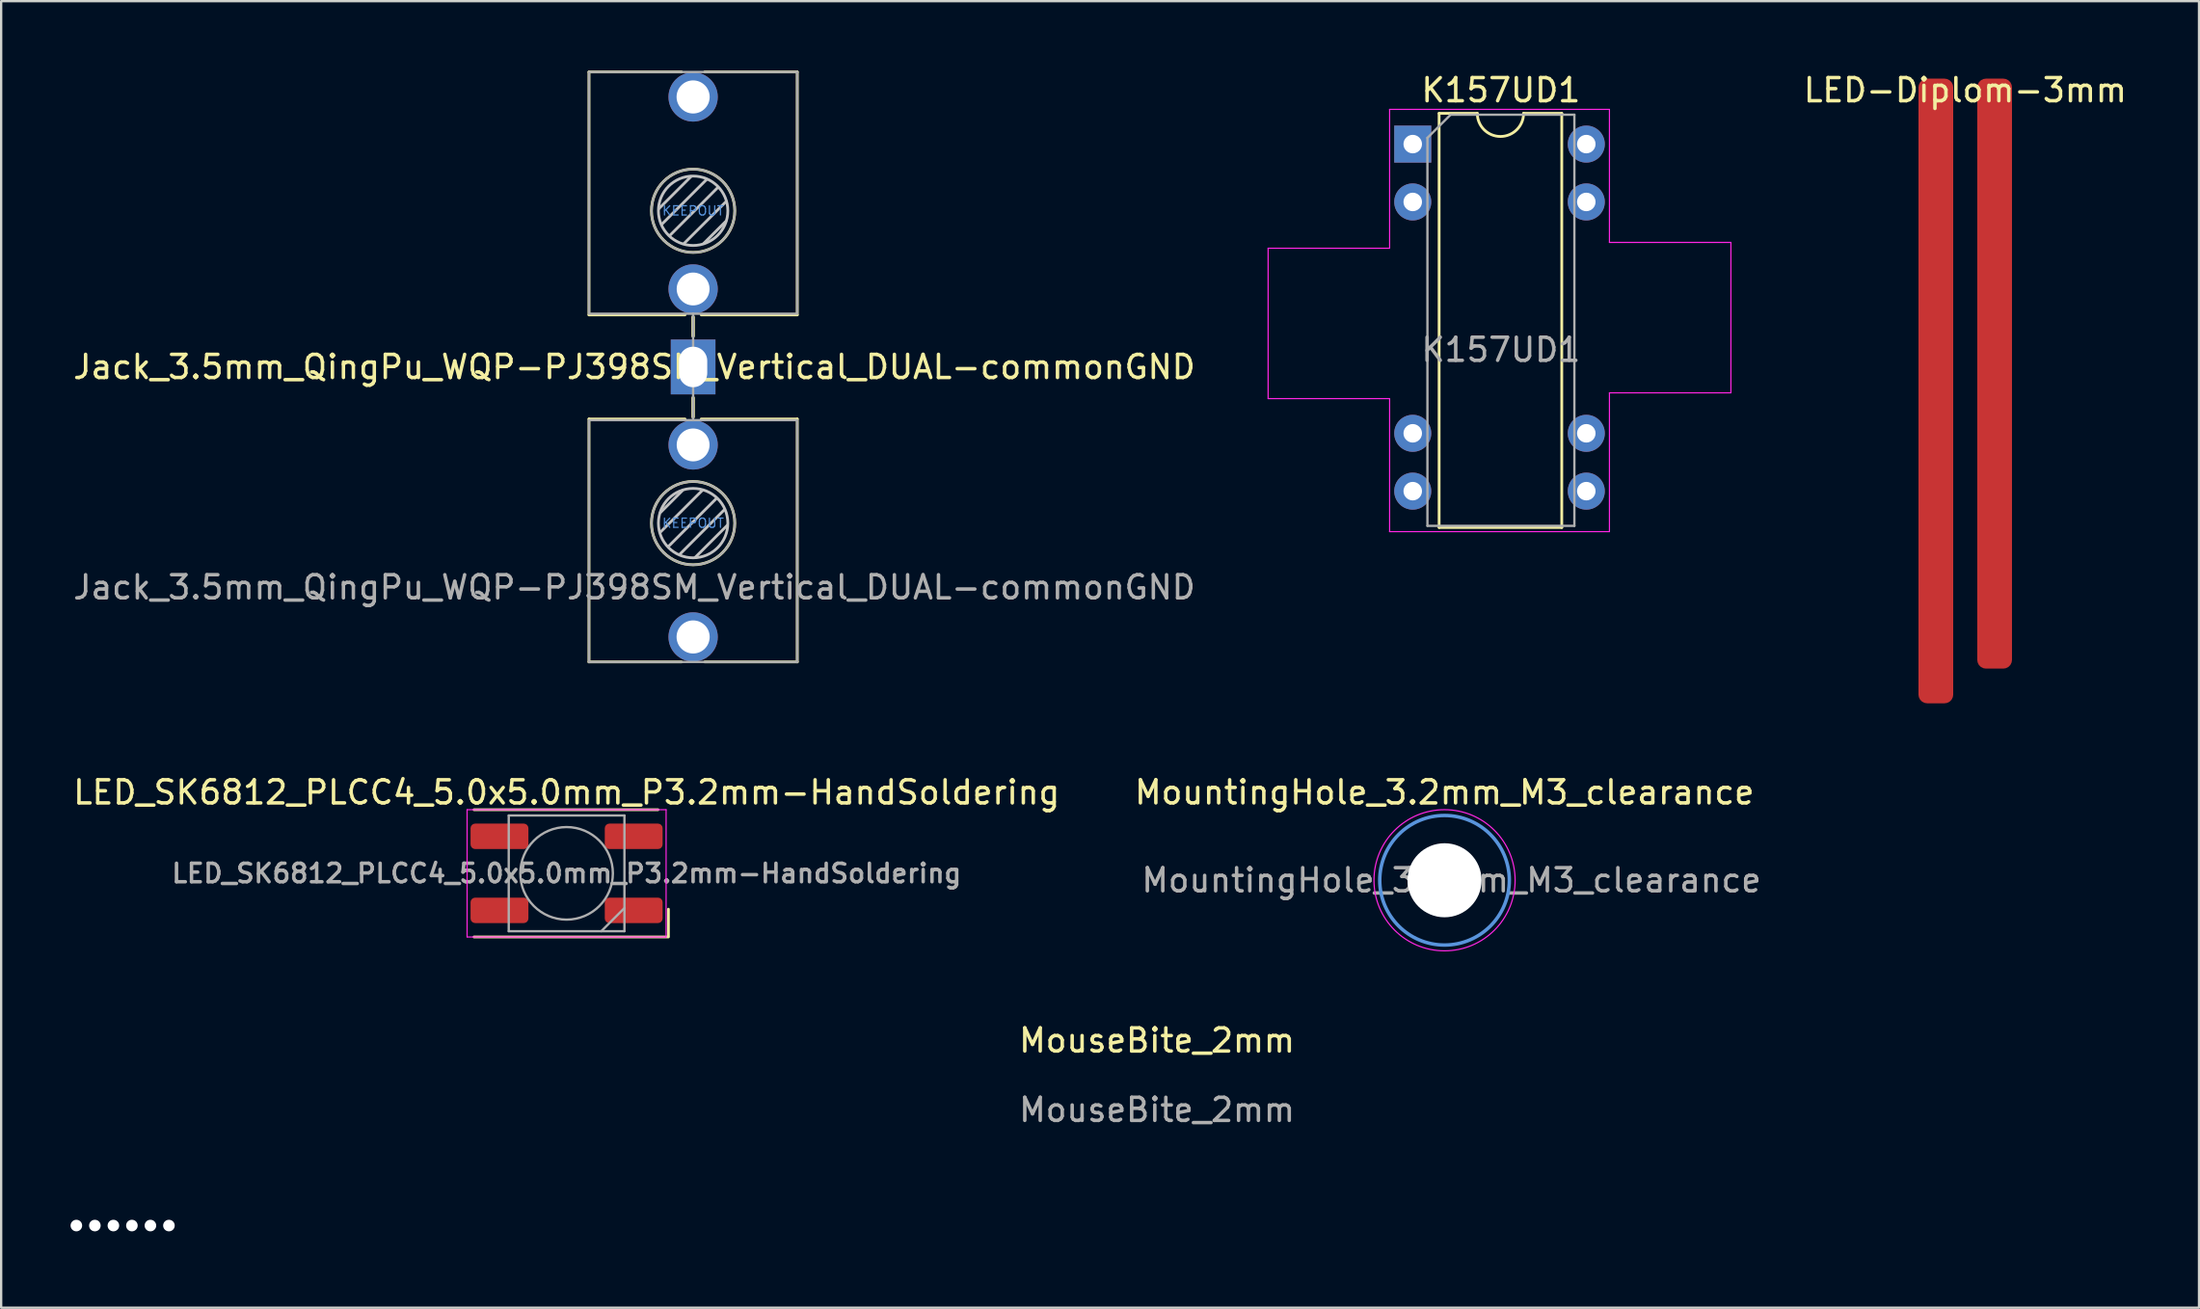
<source format=kicad_pcb>
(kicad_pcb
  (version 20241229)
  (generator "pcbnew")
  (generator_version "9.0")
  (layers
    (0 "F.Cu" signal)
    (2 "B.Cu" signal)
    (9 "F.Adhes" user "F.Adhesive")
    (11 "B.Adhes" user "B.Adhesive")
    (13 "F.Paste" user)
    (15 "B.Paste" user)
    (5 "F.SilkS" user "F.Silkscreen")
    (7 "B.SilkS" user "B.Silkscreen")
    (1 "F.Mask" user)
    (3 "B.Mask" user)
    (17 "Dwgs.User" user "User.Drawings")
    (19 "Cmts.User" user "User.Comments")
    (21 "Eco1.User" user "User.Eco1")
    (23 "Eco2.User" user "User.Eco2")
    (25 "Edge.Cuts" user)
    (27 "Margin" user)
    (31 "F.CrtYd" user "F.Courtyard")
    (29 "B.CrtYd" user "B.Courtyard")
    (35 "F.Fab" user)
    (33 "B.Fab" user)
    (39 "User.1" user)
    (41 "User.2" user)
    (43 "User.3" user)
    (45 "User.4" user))
  (footprint "Jack_3.5mm_QingPu_WQP-PJ398SM_Vertical_DUAL-commonGND"
    (layer "F.Cu")
    (at 26.903 19.56)
    (property "Reference" "Jack_3.5mm_QingPu_WQP-PJ398SM_Vertical_DUAL-commonGND" (at -2.54 -6.75 180) (layer "F.SilkS") (effects (font (size 1 1) (thickness 0.15))))
    (attr through_hole)
    (fp_line (start -4.5 -19.5) (end -0.5 -19.5) (stroke (width 0.12) (type solid)) (layer "F.SilkS"))
    (fp_line (start -4.5 -9) (end -4.5 -19.5) (stroke (width 0.12) (type solid)) (layer "F.SilkS"))
    (fp_line (start -4.5 -9) (end -0.35 -9) (stroke (width 0.12) (type solid)) (layer "F.SilkS"))
    (fp_line (start -4.5 -4.5) (end -4.5 6) (stroke (width 0.12) (type solid)) (layer "F.SilkS"))
    (fp_line (start -0.5 6) (end -4.5 6) (stroke (width 0.12) (type solid)) (layer "F.SilkS"))
    (fp_line (start -0.35 -4.5) (end -4.5 -4.5) (stroke (width 0.12) (type solid)) (layer "F.SilkS"))
    (fp_line (start 0 -8.084) (end 0 -8.909) (stroke (width 0.15) (type solid)) (layer "F.SilkS"))
    (fp_line (start 0 -4.591) (end 0 -5.417) (stroke (width 0.15) (type solid)) (layer "F.SilkS"))
    (fp_line (start 0.35 -9) (end 4.5 -9) (stroke (width 0.12) (type solid)) (layer "F.SilkS"))
    (fp_line (start 0.5 -19.5) (end 4.5 -19.5) (stroke (width 0.12) (type solid)) (layer "F.SilkS"))
    (fp_line (start 4.5 -9) (end 4.5 -19.5) (stroke (width 0.12) (type solid)) (layer "F.SilkS"))
    (fp_line (start 4.5 -4.5) (end 0.35 -4.5) (stroke (width 0.12) (type solid)) (layer "F.SilkS"))
    (fp_line (start 4.5 -4.5) (end 4.5 6) (stroke (width 0.12) (type solid)) (layer "F.SilkS"))
    (fp_line (start 4.5 6) (end 0.5 6) (stroke (width 0.12) (type solid)) (layer "F.SilkS"))
    (fp_circle (center 0 -13.5) (end -1.8 -13.5) (stroke (width 0.12) (type solid)) (fill no) (layer "F.SilkS"))
    (fp_circle (center 0 0) (end 1.8 0) (stroke (width 0.12) (type solid)) (fill no) (layer "F.SilkS"))
    (fp_line (start -1.42 0.395) (end 0.4 -1.42) (stroke (width 0.12) (type solid)) (layer "Dwgs.User"))
    (fp_line (start -1.41 -0.46) (end -0.46 -1.41) (stroke (width 0.12) (type solid)) (layer "Dwgs.User"))
    (fp_line (start -1.07 1.01) (end 1.01 -1.07) (stroke (width 0.12) (type solid)) (layer "Dwgs.User"))
    (fp_line (start -0.58 1.35) (end 1.36 -0.59) (stroke (width 0.12) (type solid)) (layer "Dwgs.User"))
    (fp_line (start -0.09 -14.98) (end -1.48 -13.59) (stroke (width 0.12) (type solid)) (layer "Dwgs.User"))
    (fp_line (start 0.09 1.48) (end 1.48 0.09) (stroke (width 0.12) (type solid)) (layer "Dwgs.User"))
    (fp_line (start 0.58 -14.85) (end -1.36 -12.91) (stroke (width 0.12) (type solid)) (layer "Dwgs.User"))
    (fp_line (start 1.07 -14.51) (end -1.01 -12.43) (stroke (width 0.12) (type solid)) (layer "Dwgs.User"))
    (fp_line (start 1.41 -13.04) (end 0.46 -12.09) (stroke (width 0.12) (type solid)) (layer "Dwgs.User"))
    (fp_line (start 1.42 -13.895) (end -0.4 -12.08) (stroke (width 0.12) (type solid)) (layer "Dwgs.User"))
    (fp_circle (center 0 -13.5) (end -1.5 -13.5) (stroke (width 0.12) (type solid)) (fill no) (layer "Dwgs.User"))
    (fp_circle (center 0 0) (end 1.5 0) (stroke (width 0.12) (type solid)) (fill no) (layer "Dwgs.User"))
    (fp_line (start -4.5 -19.5) (end -4.5 -9.1) (stroke (width 0.1) (type solid)) (layer "F.Fab"))
    (fp_line (start -4.5 -19.5) (end 4.5 -19.5) (stroke (width 0.1) (type solid)) (layer "F.Fab"))
    (fp_line (start -4.5 -9.05) (end 4.5 -9.05) (stroke (width 0.1) (type solid)) (layer "F.Fab"))
    (fp_line (start -4.5 6) (end -4.5 -4.4) (stroke (width 0.1) (type solid)) (layer "F.Fab"))
    (fp_line (start 0 -7.02) (end 0 -9.05) (stroke (width 0.1) (type solid)) (layer "F.Fab"))
    (fp_line (start 0 -6.48) (end 0 -4.45) (stroke (width 0.1) (type solid)) (layer "F.Fab"))
    (fp_line (start 4.5 -19.5) (end 4.5 -9.1) (stroke (width 0.1) (type solid)) (layer "F.Fab"))
    (fp_line (start 4.5 -4.45) (end -4.5 -4.45) (stroke (width 0.1) (type solid)) (layer "F.Fab"))
    (fp_line (start 4.5 6) (end -4.5 6) (stroke (width 0.1) (type solid)) (layer "F.Fab"))
    (fp_line (start 4.5 6) (end 4.5 -4.4) (stroke (width 0.1) (type solid)) (layer "F.Fab"))
    (fp_circle (center 0 -13.5) (end -1.8 -13.5) (stroke (width 0.1) (type solid)) (fill no) (layer "F.Fab"))
    (fp_circle (center 0 0) (end 1.8 0) (stroke (width 0.1) (type solid)) (fill no) (layer "F.Fab"))
    (fp_text user "KEEPOUT" (at 0 0 0) (layer "Cmts.User") (effects (font (size 0.4 0.4) (thickness 0.051))))
    (fp_text user "KEEPOUT" (at 0 -13.5 180) (layer "Cmts.User") (effects (font (size 0.4 0.4) (thickness 0.051))))
    (fp_text user "${REFERENCE}" (at -2.54 2.775 180) (layer "F.Fab") (effects (font (size 1 1) (thickness 0.15))))
    (pad "S" thru_hole rect (at 0 -6.75 180) (size 1.93 2.37) (drill oval 1.22 1.75) (layers "*.Cu" "*.Mask"))
    (pad "T" thru_hole circle (at 0 -18.42) (size 2.13 2.13) (drill 1.43) (layers "*.Cu" "*.Mask"))
    (pad "T" thru_hole circle (at 0 4.92 180) (size 2.13 2.13) (drill 1.43) (layers "*.Cu" "*.Mask"))
    (pad "TN" thru_hole circle (at 0 -10.12) (size 2.13 2.13) (drill 1.42) (layers "*.Cu" "*.Mask"))
    (pad "TN" thru_hole circle (at 0 -3.38 180) (size 2.13 2.13) (drill 1.42) (layers "*.Cu" "*.Mask")))
  (footprint "LED-Diplom-3mm"
    (layer "F.Cu")
    (at 81.877 0.348)
    (property "Reference" "LED-Diplom-3mm" (at 0 0.5 0) (layer "F.SilkS") (effects (font (size 1 1) (thickness 0.15))))
    (attr through_hole)
    (pad "1" smd roundrect (at -1.27 13.5) (size 1.5 27) (layers "F.Cu" "F.Mask" "F.Paste") (roundrect_rratio 0.25))
    (pad "1" smd roundrect (at 1.27 12.75) (size 1.5 25.5) (layers "F.Cu" "F.Mask" "F.Paste") (roundrect_rratio 0.25)))
  (footprint "K157UD1"
    (layer "F.Cu")
    (at 58.001 3.178)
    (property "Reference" "K157UD1" (at 3.81 -2.33 0) (layer "F.SilkS") (effects (font (size 1 1) (thickness 0.15))))
    (attr through_hole)
    (fp_line (start 1.14 -1.33) (end 1.14 16.57) (stroke (width 0.12) (type solid)) (layer "F.SilkS"))
    (fp_line (start 1.14 16.57) (end 6.44 16.57) (stroke (width 0.12) (type solid)) (layer "F.SilkS"))
    (fp_line (start 2.79 -1.33) (end 1.14 -1.33) (stroke (width 0.12) (type solid)) (layer "F.SilkS"))
    (fp_line (start 6.44 -1.33) (end 4.79 -1.33) (stroke (width 0.12) (type solid)) (layer "F.SilkS"))
    (fp_line (start 6.44 16.57) (end 6.44 -1.33) (stroke (width 0.12) (type solid)) (layer "F.SilkS"))
    (fp_arc (start 4.79 -1.33) (mid 3.79 -0.33) (end 2.79 -1.33) (stroke (width 0.12) (type solid)) (layer "F.SilkS"))
    (fp_line (start -6.25 4.5) (end -1 4.5) (stroke (width 0.05) (type default)) (layer "F.CrtYd"))
    (fp_line (start -6.25 11) (end -6.25 4.5) (stroke (width 0.05) (type default)) (layer "F.CrtYd"))
    (fp_line (start -1 -1.5) (end 8.5 -1.5) (stroke (width 0.05) (type default)) (layer "F.CrtYd"))
    (fp_line (start -1 4.5) (end -1 -1.5) (stroke (width 0.05) (type default)) (layer "F.CrtYd"))
    (fp_line (start -1 11) (end -6.25 11) (stroke (width 0.05) (type default)) (layer "F.CrtYd"))
    (fp_line (start -1 16.75) (end -1 11) (stroke (width 0.05) (type default)) (layer "F.CrtYd"))
    (fp_line (start 8.5 -1.5) (end 8.5 4.25) (stroke (width 0.05) (type default)) (layer "F.CrtYd"))
    (fp_line (start 8.5 4.25) (end 13.75 4.25) (stroke (width 0.05) (type default)) (layer "F.CrtYd"))
    (fp_line (start 8.5 10.75) (end 8.5 16.75) (stroke (width 0.05) (type default)) (layer "F.CrtYd"))
    (fp_line (start 8.5 16.75) (end -1 16.75) (stroke (width 0.05) (type default)) (layer "F.CrtYd"))
    (fp_line (start 13.75 4.25) (end 13.75 10.75) (stroke (width 0.05) (type default)) (layer "F.CrtYd"))
    (fp_line (start 13.75 10.75) (end 8.5 10.75) (stroke (width 0.05) (type default)) (layer "F.CrtYd"))
    (fp_line (start 0.635 -0.27) (end 1.635 -1.27) (stroke (width 0.1) (type solid)) (layer "F.Fab"))
    (fp_line (start 0.635 16.5) (end 0.635 -0.27) (stroke (width 0.1) (type solid)) (layer "F.Fab"))
    (fp_line (start 1.635 -1.27) (end 6.985 -1.27) (stroke (width 0.1) (type solid)) (layer "F.Fab"))
    (fp_line (start 6.985 -1.27) (end 6.985 16.5) (stroke (width 0.1) (type solid)) (layer "F.Fab"))
    (fp_line (start 6.985 16.5) (end 0.635 16.5) (stroke (width 0.1) (type solid)) (layer "F.Fab"))
    (fp_text user "${REFERENCE}" (at 3.81 8.89 0) (layer "F.Fab") (effects (font (size 1 1) (thickness 0.15))))
    (pad "1" thru_hole rect (at 0 0) (size 1.6 1.6) (drill 0.8) (layers "*.Cu" "*.Mask"))
    (pad "2" thru_hole circle (at 0 2.5) (size 1.6 1.6) (drill 0.8) (layers "*.Cu" "*.Mask"))
    (pad "4" thru_hole circle (at 0 12.5) (size 1.6 1.6) (drill 0.8) (layers "*.Cu" "*.Mask"))
    (pad "5" thru_hole circle (at 0 15) (size 1.6 1.6) (drill 0.8) (layers "*.Cu" "*.Mask"))
    (pad "6" thru_hole circle (at 7.5 15) (size 1.6 1.6) (drill 0.8) (layers "*.Cu" "*.Mask"))
    (pad "7" thru_hole circle (at 7.5 12.5) (size 1.6 1.6) (drill 0.8) (layers "*.Cu" "*.Mask"))
    (pad "8" thru_hole circle (at 7.5 2.5) (size 1.6 1.6) (drill 0.8) (layers "*.Cu" "*.Mask"))
    (pad "9" thru_hole circle (at 7.5 0) (size 1.6 1.6) (drill 0.8) (layers "*.Cu" "*.Mask")))
  (footprint "LED_SK6812_PLCC4_5.0x5.0mm_P3.2mm-HandSoldering"
    (layer "F.Cu")
    (at 21.435 34.697)
    (property "Reference" "LED_SK6812_PLCC4_5.0x5.0mm_P3.2mm-HandSoldering" (at 0 -3.5 0) (layer "F.SilkS") (effects (font (size 1 1) (thickness 0.15))))
    (attr smd)
    (fp_line (start -4 -2.75) (end 3.95 -2.75) (stroke (width 0.12) (type solid)) (layer "F.SilkS"))
    (fp_line (start -4 2.75) (end 4.4 2.75) (stroke (width 0.12) (type solid)) (layer "F.SilkS"))
    (fp_line (start 4.4 2.7) (end 4.4 1.55) (stroke (width 0.12) (type solid)) (layer "F.SilkS"))
    (fp_line (start -4.3 -2.75) (end -4.3 2.75) (stroke (width 0.05) (type solid)) (layer "F.CrtYd"))
    (fp_line (start -4.3 2.75) (end 4.3 2.75) (stroke (width 0.05) (type solid)) (layer "F.CrtYd"))
    (fp_line (start 4.3 -2.75) (end -4.3 -2.75) (stroke (width 0.05) (type solid)) (layer "F.CrtYd"))
    (fp_line (start 4.3 2.75) (end 4.3 -2.75) (stroke (width 0.05) (type solid)) (layer "F.CrtYd"))
    (fp_line (start -2.5 -2.5) (end -2.5 2.5) (stroke (width 0.1) (type solid)) (layer "F.Fab"))
    (fp_line (start -2.5 2.5) (end 2.5 2.5) (stroke (width 0.1) (type solid)) (layer "F.Fab"))
    (fp_line (start 2.5 -2.5) (end -2.5 -2.5) (stroke (width 0.1) (type solid)) (layer "F.Fab"))
    (fp_line (start 2.5 1.5) (end 1.5 2.5) (stroke (width 0.1) (type solid)) (layer "F.Fab"))
    (fp_line (start 2.5 2.5) (end 2.5 -2.5) (stroke (width 0.1) (type solid)) (layer "F.Fab"))
    (fp_circle (center 0 0) (end 0 -2) (stroke (width 0.1) (type solid)) (fill no) (layer "F.Fab"))
    (fp_text user "${REFERENCE}" (at 0 0 0) (layer "F.Fab") (effects (font (size 0.8 0.8) (thickness 0.15))))
    (pad "1" smd roundrect (at 2.9 1.6) (size 2.5 1.1) (layers "F.Cu" "F.Mask" "F.Paste") (roundrect_rratio 0.182))
    (pad "2" smd roundrect (at 2.9 -1.6) (size 2.5 1.1) (layers "F.Cu" "F.Mask" "F.Paste") (roundrect_rratio 0.182))
    (pad "3" smd roundrect (at -2.9 -1.6) (size 2.5 1.1) (layers "F.Cu" "F.Mask" "F.Paste") (roundrect_rratio 0.182))
    (pad "4" smd roundrect (at -2.9 1.6) (size 2.5 1.1) (layers "F.Cu" "F.Mask" "F.Paste") (roundrect_rratio 0.182)))
  (footprint "MouseBite_2mm"
    (layer "F.Cu")
    (at 2.25 50.22)
    (property "Reference" "MouseBite_2mm" (at 44.7 -8.3 0) (unlocked yes) (layer "F.SilkS") (effects (font (size 1 1) (thickness 0.15))))
    (fp_text user "${REFERENCE}" (at 44.7 -5.3 0) (unlocked yes) (layer "F.Fab") (effects (font (size 1 1) (thickness 0.15))))
    (pad "" np_thru_hole circle (at -2 -0.3) (size 0.5 0.5) (drill 0.5) (layers "*.Cu" "*.Mask"))
    (pad "" np_thru_hole circle (at -1.2 -0.3) (size 0.5 0.5) (drill 0.5) (layers "*.Cu" "*.Mask"))
    (pad "" np_thru_hole circle (at -0.4 -0.3) (size 0.5 0.5) (drill 0.5) (layers "*.Cu" "*.Mask"))
    (pad "" np_thru_hole circle (at 0.4 -0.3) (size 0.5 0.5) (drill 0.5) (layers "*.Cu" "*.Mask"))
    (pad "" np_thru_hole circle (at 1.2 -0.3) (size 0.5 0.5) (drill 0.5) (layers "*.Cu" "*.Mask"))
    (pad "" np_thru_hole circle (at 2 -0.3) (size 0.5 0.5) (drill 0.5) (layers "*.Cu" "*.Mask")))
  (footprint "MountingHole_3.2mm_M3_clearance"
    (layer "F.Cu")
    (at 59.375 34.996)
    (property "Reference" "MountingHole_3.2mm_M3_clearance" (at 0 -3.8 0) (layer "F.SilkS") (effects (font (size 1 1) (thickness 0.15))))
    (attr exclude_from_pos_files exclude_from_bom)
    (fp_circle (center 0 0) (end 2.8 0) (stroke (width 0.15) (type solid)) (fill no) (layer "Cmts.User"))
    (fp_circle (center 0 0) (end 3.05 0) (stroke (width 0.05) (type solid)) (fill no) (layer "F.CrtYd"))
    (fp_text user "${REFERENCE}" (at 0.3 0 0) (layer "F.Fab") (effects (font (size 1 1) (thickness 0.15))))
    (pad "" np_thru_hole circle (at 0 0) (size 3.2 3.2) (drill 3.2) (layers "*.Cu" "*.Mask")))
  (gr_rect
    (start -3 -3)
    (end 91.979 53.47)
    (stroke (width 0.1) (type default))
    (fill no)
    (layer "Edge.Cuts")))
</source>
